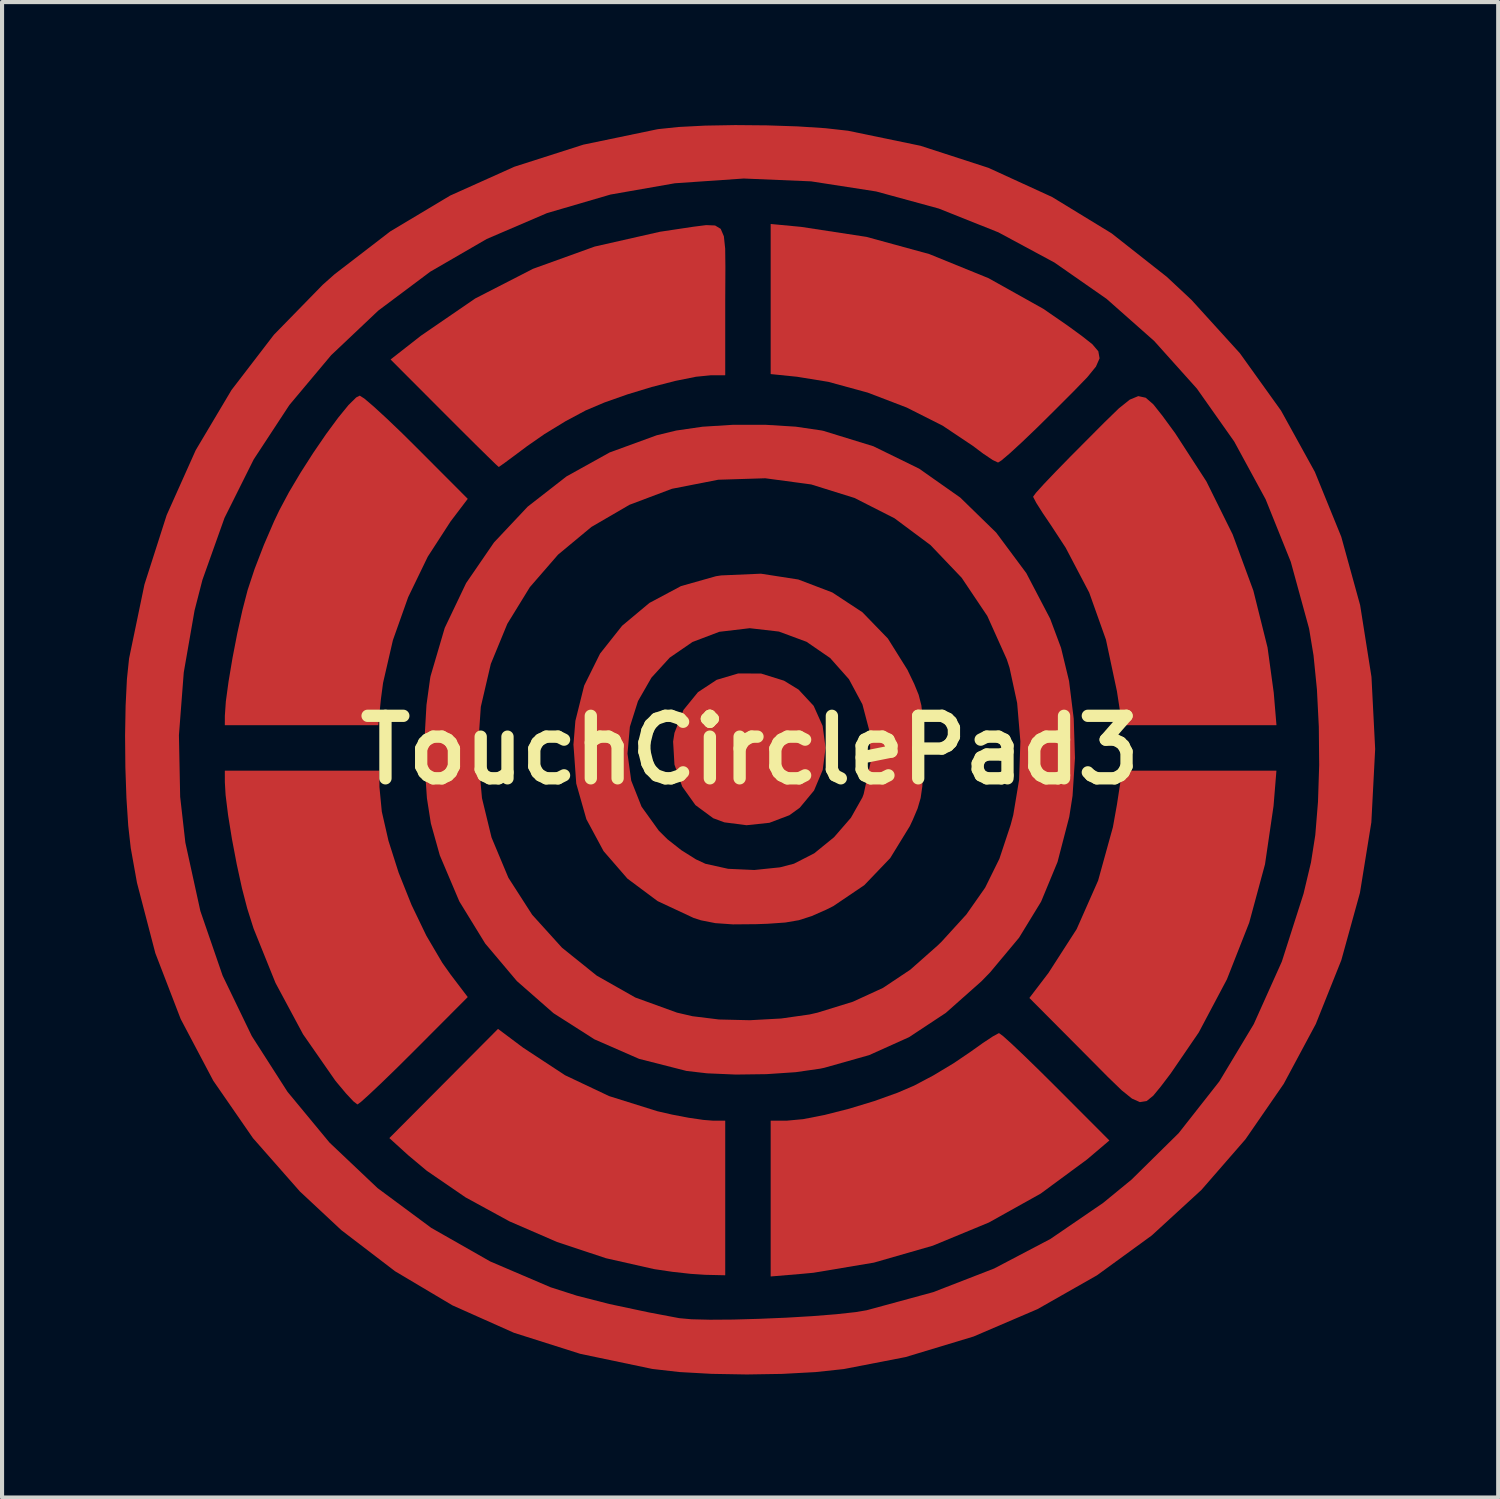
<source format=kicad_pcb>
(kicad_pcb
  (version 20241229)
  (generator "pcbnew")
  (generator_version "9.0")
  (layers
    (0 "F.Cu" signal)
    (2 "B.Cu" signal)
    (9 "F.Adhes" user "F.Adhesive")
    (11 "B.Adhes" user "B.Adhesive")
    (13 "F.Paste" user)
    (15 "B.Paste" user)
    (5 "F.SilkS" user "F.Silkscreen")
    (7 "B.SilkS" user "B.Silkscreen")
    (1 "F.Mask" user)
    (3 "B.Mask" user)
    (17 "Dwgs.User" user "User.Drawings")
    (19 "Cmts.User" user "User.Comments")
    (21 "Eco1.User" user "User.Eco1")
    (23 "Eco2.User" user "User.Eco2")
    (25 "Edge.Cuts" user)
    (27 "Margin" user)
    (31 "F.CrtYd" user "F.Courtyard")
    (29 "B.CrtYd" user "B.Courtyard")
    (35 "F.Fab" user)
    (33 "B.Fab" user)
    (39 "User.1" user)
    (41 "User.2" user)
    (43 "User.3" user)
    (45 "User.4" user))
  (footprint "TouchCirclePad3"
    (layer "F.Cu")
    (at 15.239 15.239)
    (property "Reference" "TouchCirclePad3" (at 0 0 0) (layer "F.SilkS") (effects (font (size 1.524 1.524) (thickness 0.3))))
    (attr through_hole)
    (pad "1" smd custom (at 0 0) (size 0.001 0.001) (layers "F.Cu" "F.Mask" "F.Paste") (options (anchor rect)) (primitives (gr_poly (pts (xy 1.175 -4.154) (xy 2.004 -3.838) (xy 2.737 -3.356) (xy 3.357 -2.716) (xy 3.834 -1.953) (xy 3.998 -1.612) (xy 4.107 -1.345) (xy 4.172 -1.093) (xy 4.204 -0.797) (xy 4.215 -0.4) (xy 4.216 -0.005) (xy 4.213 0.513) (xy 4.196 0.885) (xy 4.155 1.169) (xy 4.081 1.423) (xy 3.963 1.702) (xy 3.892 1.853) (xy 3.414 2.632) (xy 2.783 3.291) (xy 2.029 3.801) (xy 1.853 3.889) (xy 1.499 4.045) (xy 1.191 4.144) (xy 0.858 4.201) (xy 0.429 4.231) (xy 0.152 4.241) (xy -0.416 4.246) (xy -0.845 4.216) (xy -1.195 4.147) (xy -1.373 4.09) (xy -2.252 3.679) (xy -2.987 3.131) (xy -3.568 2.461) (xy -3.986 1.685) (xy -4.233 0.816) (xy -4.285 0.087) (xy -2.993 0.087) (xy -2.902 0.747) (xy -2.65 1.383) (xy -2.228 1.97) (xy -2.016 2.18) (xy -1.678 2.446) (xy -1.32 2.671) (xy -1.09 2.778) (xy -0.535 2.901) (xy 0.104 2.93) (xy 0.731 2.865) (xy 1.073 2.776) (xy 1.569 2.522) (xy 2.052 2.129) (xy 2.464 1.654) (xy 2.745 1.156) (xy 2.776 1.073) (xy 2.942 0.31) (xy 2.926 -0.427) (xy 2.745 -1.115) (xy 2.416 -1.73) (xy 1.956 -2.248) (xy 1.38 -2.644) (xy 0.705 -2.894) (xy -0.007 -2.976) (xy -0.751 -2.888) (xy -1.406 -2.639) (xy -1.962 -2.257) (xy -2.409 -1.767) (xy -2.737 -1.195) (xy -2.935 -0.569) (xy -2.993 0.087) (xy -4.285 0.087) (xy -4.301 -0.131) (xy -4.254 -0.711) (xy -4.04 -1.569) (xy -3.653 -2.349) (xy -3.116 -3.027) (xy -2.451 -3.583) (xy -1.682 -3.993) (xy -0.829 -4.234) (xy -0.705 -4.253) (xy 0.266 -4.295) (xy 1.175 -4.154)) (width 0.01) (fill yes))))
    (pad "2" smd custom (at 0 0) (size 0.001 0.001) (layers "F.Cu" "F.Mask" "F.Paste") (options (anchor rect)) (primitives (gr_poly (pts (xy -9.408 -8.567) (xy -9.184 -8.376) (xy -8.869 -8.087) (xy -8.488 -7.723) (xy -8.142 -7.38) (xy -6.89 -6.125) (xy -7.306 -5.577) (xy -7.863 -4.717) (xy -8.341 -3.729) (xy -8.713 -2.681) (xy -8.953 -1.64) (xy -9.005 -1.249) (xy -9.07 -0.61) (xy -12.802 -0.61) (xy -12.801 -0.838) (xy -12.777 -1.184) (xy -12.711 -1.67) (xy -12.615 -2.242) (xy -12.499 -2.842) (xy -12.372 -3.414) (xy -12.245 -3.904) (xy -12.242 -3.912) (xy -12.076 -4.414) (xy -11.849 -5.002) (xy -11.599 -5.581) (xy -11.473 -5.845) (xy -11.239 -6.284) (xy -10.956 -6.76) (xy -10.647 -7.243) (xy -10.335 -7.699) (xy -10.041 -8.098) (xy -9.789 -8.407) (xy -9.6 -8.594) (xy -9.517 -8.636) (xy -9.408 -8.567)) (width 0.01) (fill yes))))
    (pad "3" smd custom (at 0 0) (size 0.001 0.001) (layers "F.Cu" "F.Mask" "F.Paste") (options (anchor rect)) (primitives (gr_poly (pts (xy 12.76 1.365) (xy 12.552 2.785) (xy 12.167 4.208) (xy 11.623 5.59) (xy 10.937 6.884) (xy 10.253 7.884) (xy 10.013 8.2) (xy 9.828 8.425) (xy 9.669 8.554) (xy 9.507 8.58) (xy 9.316 8.495) (xy 9.066 8.294) (xy 8.73 7.969) (xy 8.28 7.515) (xy 8.154 7.388) (xy 6.818 6.045) (xy 7.28 5.439) (xy 7.968 4.37) (xy 8.492 3.185) (xy 8.853 1.881) (xy 8.951 1.333) (xy 9.078 0.508) (xy 12.83 0.508) (xy 12.76 1.365)) (width 0.01) (fill yes))))
    (pad "4" smd custom (at 0 0) (size 0.001 0.001) (layers "F.Cu" "F.Mask" "F.Paste") (options (anchor rect)) (primitives (gr_poly (pts (xy 6.165 6.977) (xy 6.377 7.168) (xy 6.683 7.458) (xy 7.059 7.824) (xy 7.452 8.214) (xy 8.755 9.52) (xy 8.213 9.98) (xy 7.085 10.811) (xy 5.822 11.516) (xy 4.455 12.081) (xy 3.019 12.494) (xy 1.545 12.741) (xy 1.267 12.767) (xy 0.508 12.831) (xy 0.508 9.042) (xy 0.901 9.042) (xy 1.298 9.005) (xy 1.823 8.902) (xy 2.42 8.75) (xy 3.031 8.564) (xy 3.598 8.361) (xy 4.001 8.188) (xy 4.47 7.94) (xy 4.969 7.64) (xy 5.368 7.37) (xy 5.677 7.15) (xy 5.923 6.987) (xy 6.062 6.911) (xy 6.072 6.909) (xy 6.165 6.977)) (width 0.01) (fill yes))))
    (pad "5" smd custom (at 0 0) (size 0.001 0.001) (layers "F.Cu" "F.Mask" "F.Paste") (options (anchor rect)) (primitives (gr_poly (pts (xy -5.536 7.262) (xy -4.513 7.934) (xy -3.438 8.443) (xy -2.26 8.812) (xy -1.898 8.895) (xy -1.499 8.971) (xy -1.137 9.024) (xy -0.908 9.042) (xy -0.61 9.042) (xy -0.61 12.802) (xy -1.092 12.791) (xy -1.443 12.768) (xy -1.894 12.718) (xy -2.339 12.652) (xy -3.515 12.386) (xy -4.704 11.991) (xy -5.86 11.49) (xy -6.935 10.903) (xy -7.881 10.254) (xy -8.331 9.877) (xy -8.788 9.462) (xy -7.466 8.134) (xy -6.145 6.806) (xy -5.536 7.262)) (width 0.01) (fill yes))))
    (pad "6" smd custom (at 0 0) (size 0.001 0.001) (layers "F.Cu" "F.Mask" "F.Paste") (options (anchor rect)) (primitives (gr_poly (pts (xy -9.042 0.901) (xy -8.984 1.502) (xy -8.821 2.215) (xy -8.574 2.99) (xy -8.259 3.778) (xy -7.898 4.528) (xy -7.508 5.191) (xy -7.306 5.476) (xy -6.89 6.023) (xy -8.193 7.33) (xy -8.613 7.747) (xy -8.985 8.108) (xy -9.286 8.392) (xy -9.49 8.576) (xy -9.573 8.636) (xy -9.669 8.562) (xy -9.851 8.367) (xy -10.082 8.091) (xy -10.113 8.052) (xy -10.895 6.928) (xy -11.567 5.676) (xy -12.101 4.351) (xy -12.256 3.861) (xy -12.385 3.364) (xy -12.512 2.781) (xy -12.628 2.17) (xy -12.722 1.589) (xy -12.783 1.096) (xy -12.801 0.787) (xy -12.802 0.508) (xy -9.042 0.508) (xy -9.042 0.901)) (width 0.01) (fill yes))))
    (pad "7" smd custom (at 0 0) (size 0.001 0.001) (layers "F.Cu" "F.Mask" "F.Paste") (options (anchor rect)) (primitives (gr_poly (pts (xy 9.646 -8.586) (xy 9.83 -8.426) (xy 10.05 -8.149) (xy 10.337 -7.757) (xy 10.36 -7.726) (xy 11.123 -6.548) (xy 11.765 -5.252) (xy 12.268 -3.886) (xy 12.614 -2.499) (xy 12.765 -1.397) (xy 12.831 -0.61) (xy 9.078 -0.61) (xy 8.951 -1.435) (xy 8.683 -2.694) (xy 8.274 -3.843) (xy 7.701 -4.935) (xy 7.354 -5.466) (xy 7.142 -5.78) (xy 6.984 -6.029) (xy 6.911 -6.168) (xy 6.909 -6.179) (xy 6.977 -6.271) (xy 7.167 -6.481) (xy 7.456 -6.784) (xy 7.82 -7.157) (xy 8.175 -7.514) (xy 8.647 -7.988) (xy 8.998 -8.329) (xy 9.262 -8.54) (xy 9.467 -8.625) (xy 9.646 -8.586)) (width 0.01) (fill yes))))
    (pad "8" smd custom (at 0 0) (size 0.001 0.001) (layers "F.Cu" "F.Mask" "F.Paste") (options (anchor rect)) (primitives (gr_poly (pts (xy -0.854 -12.786) (xy -0.719 -12.705) (xy -0.643 -12.526) (xy -0.611 -12.225) (xy -0.606 -11.777) (xy -0.609 -11.157) (xy -0.61 -10.973) (xy -0.61 -9.144) (xy -0.952 -9.144) (xy -1.321 -9.107) (xy -1.822 -9.006) (xy -2.397 -8.858) (xy -2.992 -8.677) (xy -3.551 -8.48) (xy -4.018 -8.282) (xy -4.018 -8.281) (xy -4.497 -8.025) (xy -5.016 -7.708) (xy -5.44 -7.413) (xy -5.749 -7.182) (xy -5.987 -7.006) (xy -6.116 -6.915) (xy -6.128 -6.909) (xy -6.203 -6.977) (xy -6.398 -7.167) (xy -6.691 -7.455) (xy -7.058 -7.82) (xy -7.454 -8.216) (xy -8.758 -9.523) (xy -8.018 -10.102) (xy -6.7 -11.006) (xy -5.29 -11.73) (xy -3.787 -12.272) (xy -2.194 -12.633) (xy -1.796 -12.693) (xy -1.376 -12.756) (xy -1.068 -12.795) (xy -0.854 -12.786)) (width 0.01) (fill yes))))
    (pad "9" smd custom (at 0 0) (size 0.001 0.001) (layers "F.Cu" "F.Mask" "F.Paste") (options (anchor rect)) (primitives (gr_poly (pts (xy 1.245 -12.752) (xy 2.839 -12.508) (xy 4.369 -12.089) (xy 5.814 -11.501) (xy 7.151 -10.753) (xy 7.735 -10.35) (xy 8.092 -10.09) (xy 8.344 -9.891) (xy 8.488 -9.721) (xy 8.518 -9.552) (xy 8.43 -9.352) (xy 8.219 -9.093) (xy 7.881 -8.744) (xy 7.411 -8.274) (xy 6.996 -7.864) (xy 6.627 -7.511) (xy 6.328 -7.236) (xy 6.125 -7.064) (xy 6.047 -7.016) (xy 5.918 -7.077) (xy 5.686 -7.233) (xy 5.436 -7.421) (xy 4.698 -7.914) (xy 3.822 -8.356) (xy 2.872 -8.72) (xy 1.91 -8.983) (xy 1.148 -9.107) (xy 0.508 -9.172) (xy 0.508 -12.822) (xy 1.245 -12.752)) (width 0.01) (fill yes))))
    (pad "10" smd custom (at 0 0) (size 0.001 0.001) (layers "F.Cu" "F.Mask" "F.Paste") (options (anchor rect)) (primitives (gr_poly (pts (xy 0.27 -1.86) (xy 0.825 -1.687) (xy 1.18 -1.47) (xy 1.547 -1.075) (xy 1.765 -0.588) (xy 1.837 -0.054) (xy 1.767 0.485) (xy 1.556 0.985) (xy 1.209 1.403) (xy 0.957 1.585) (xy 0.472 1.769) (xy -0.085 1.828) (xy -0.626 1.758) (xy -0.896 1.658) (xy -1.328 1.339) (xy -1.65 0.887) (xy -1.838 0.354) (xy -1.871 -0.208) (xy -1.838 -0.417) (xy -1.62 -0.973) (xy -1.266 -1.408) (xy -0.81 -1.708) (xy -0.287 -1.863) (xy 0.27 -1.86)) (width 0.01) (fill yes))))
    (pad "11" smd custom (at 0 0) (size 0.001 0.001) (layers "F.Cu" "F.Mask" "F.Paste") (options (anchor rect)) (primitives (gr_poly (pts (xy 1.115 -7.88) (xy 1.741 -7.788) (xy 1.787 -7.778) (xy 3.005 -7.403) (xy 4.121 -6.857) (xy 5.123 -6.152) (xy 5.998 -5.299) (xy 6.732 -4.312) (xy 7.313 -3.201) (xy 7.579 -2.489) (xy 7.774 -1.682) (xy 7.888 -0.762) (xy 7.918 0.196) (xy 7.859 1.118) (xy 7.779 1.628) (xy 7.493 2.728) (xy 7.093 3.694) (xy 6.555 4.574) (xy 5.851 5.417) (xy 5.637 5.637) (xy 4.77 6.406) (xy 3.873 6.998) (xy 2.901 7.435) (xy 1.81 7.743) (xy 1.706 7.765) (xy 1.113 7.85) (xy 0.402 7.898) (xy -0.345 7.908) (xy -1.047 7.878) (xy -1.548 7.82) (xy -2.705 7.525) (xy -3.791 7.05) (xy -4.789 6.413) (xy -5.682 5.63) (xy -6.453 4.716) (xy -7.084 3.689) (xy -7.56 2.566) (xy -7.778 1.787) (xy -7.874 1.174) (xy -7.924 0.439) (xy -7.926 0.043) (xy -6.645 0.043) (xy -6.541 1.175) (xy -6.308 2.134) (xy -5.897 3.116) (xy -5.316 4.02) (xy -4.589 4.823) (xy -3.742 5.504) (xy -2.799 6.039) (xy -1.785 6.407) (xy -1.407 6.495) (xy -0.758 6.575) (xy -0.005 6.593) (xy 0.76 6.551) (xy 1.45 6.453) (xy 1.647 6.408) (xy 2.509 6.142) (xy 3.243 5.805) (xy 3.913 5.358) (xy 4.584 4.764) (xy 4.675 4.675) (xy 5.279 4.012) (xy 5.737 3.359) (xy 6.085 2.653) (xy 6.359 1.827) (xy 6.423 1.586) (xy 6.566 0.726) (xy 6.597 -0.211) (xy 6.518 -1.149) (xy 6.332 -2.009) (xy 6.265 -2.214) (xy 5.79 -3.271) (xy 5.164 -4.204) (xy 4.403 -5.002) (xy 3.526 -5.655) (xy 2.55 -6.151) (xy 1.493 -6.481) (xy 0.371 -6.632) (xy -0.777 -6.596) (xy -1.906 -6.375) (xy -2.941 -5.985) (xy -3.871 -5.444) (xy -4.685 -4.768) (xy -5.373 -3.975) (xy -5.923 -3.08) (xy -6.326 -2.101) (xy -6.57 -1.054) (xy -6.645 0.043) (xy -7.926 0.043) (xy -7.928 -0.344) (xy -7.885 -1.098) (xy -7.795 -1.75) (xy -7.786 -1.799) (xy -7.44 -2.976) (xy -6.919 -4.068) (xy -6.24 -5.058) (xy -5.42 -5.93) (xy -4.474 -6.667) (xy -3.421 -7.252) (xy -2.276 -7.67) (xy -1.799 -7.786) (xy -1.159 -7.879) (xy -0.41 -7.926) (xy 0.373 -7.926) (xy 1.115 -7.88)) (width 0.01) (fill yes))))
    (pad "12" smd custom (at 0 0) (size 0.001 0.001) (layers "F.Cu" "F.Mask" "F.Paste") (options (anchor rect)) (primitives (gr_poly (pts (xy 0.409 -15.227) (xy 1.16 -15.202) (xy 1.835 -15.158) (xy 2.38 -15.097) (xy 2.388 -15.096) (xy 4.153 -14.73) (xy 5.811 -14.192) (xy 7.363 -13.481) (xy 8.812 -12.596) (xy 10.159 -11.535) (xy 10.76 -10.973) (xy 11.941 -9.672) (xy 12.944 -8.273) (xy 13.768 -6.78) (xy 14.412 -5.198) (xy 14.872 -3.531) (xy 15.148 -1.784) (xy 15.238 -0.025) (xy 15.145 1.762) (xy 14.867 3.481) (xy 14.413 5.123) (xy 13.791 6.678) (xy 13.009 8.137) (xy 12.076 9.489) (xy 11.002 10.723) (xy 9.793 11.832) (xy 8.459 12.803) (xy 7.008 13.628) (xy 5.449 14.296) (xy 3.791 14.797) (xy 2.286 15.089) (xy 1.595 15.163) (xy 0.785 15.207) (xy -0.08 15.221) (xy -0.936 15.206) (xy -1.721 15.162) (xy -2.369 15.088) (xy -2.388 15.085) (xy -4.138 14.718) (xy -5.755 14.205) (xy -7.255 13.536) (xy -8.653 12.705) (xy -9.963 11.703) (xy -10.973 10.76) (xy -12.116 9.461) (xy -13.084 8.061) (xy -13.878 6.558) (xy -14.497 4.95) (xy -14.944 3.236) (xy -15.096 2.388) (xy -15.157 1.845) (xy -15.201 1.171) (xy -15.227 0.421) (xy -15.234 -0.349) (xy -15.234 -0.361) (xy -13.931 -0.361) (xy -13.901 1.14) (xy -13.774 2.258) (xy -13.408 3.927) (xy -12.865 5.503) (xy -12.154 6.976) (xy -11.282 8.337) (xy -10.257 9.576) (xy -9.086 10.685) (xy -7.777 11.655) (xy -6.337 12.475) (xy -4.866 13.104) (xy -4.227 13.309) (xy -3.432 13.513) (xy -2.461 13.719) (xy -1.727 13.858) (xy -1.43 13.885) (xy -0.976 13.896) (xy -0.408 13.892) (xy 0.228 13.874) (xy 0.889 13.846) (xy 1.529 13.808) (xy 2.104 13.762) (xy 2.57 13.711) (xy 2.845 13.665) (xy 4.469 13.223) (xy 5.954 12.647) (xy 7.327 11.926) (xy 8.612 11.047) (xy 9.306 10.478) (xy 10.454 9.346) (xy 11.448 8.082) (xy 12.287 6.686) (xy 12.972 5.16) (xy 13.501 3.505) (xy 13.683 2.741) (xy 13.788 2.074) (xy 13.854 1.262) (xy 13.883 0.363) (xy 13.874 -0.569) (xy 13.828 -1.478) (xy 13.745 -2.309) (xy 13.637 -2.961) (xy 13.19 -4.591) (xy 12.577 -6.115) (xy 11.81 -7.526) (xy 10.9 -8.816) (xy 9.858 -9.978) (xy 8.696 -11.006) (xy 7.426 -11.891) (xy 6.058 -12.628) (xy 4.605 -13.208) (xy 3.078 -13.625) (xy 1.488 -13.872) (xy -0.154 -13.941) (xy -1.835 -13.825) (xy -3.404 -13.55) (xy -4.953 -13.097) (xy -6.423 -12.466) (xy -7.799 -11.669) (xy -9.068 -10.719) (xy -10.218 -9.631) (xy -11.236 -8.417) (xy -12.107 -7.089) (xy -12.819 -5.663) (xy -13.358 -4.15) (xy -13.55 -3.404) (xy -13.813 -1.895) (xy -13.931 -0.361) (xy -15.234 -0.361) (xy -15.221 -1.084) (xy -15.189 -1.73) (xy -15.137 -2.229) (xy -15.136 -2.235) (xy -14.762 -4.035) (xy -14.22 -5.728) (xy -13.512 -7.31) (xy -12.64 -8.776) (xy -11.607 -10.122) (xy -10.414 -11.344) (xy -10.129 -11.597) (xy -8.772 -12.641) (xy -7.311 -13.515) (xy -5.744 -14.219) (xy -4.063 -14.757) (xy -2.265 -15.131) (xy -2.235 -15.136) (xy -1.739 -15.188) (xy -1.095 -15.221) (xy -0.361 -15.234) (xy 0.409 -15.227)) (width 0.01) (fill yes)))))
  (gr_rect
    (start -3 -3)
    (end 33.482 33.465)
    (stroke (width 0.1) (type default))
    (fill no)
    (layer "Edge.Cuts")))
</source>
